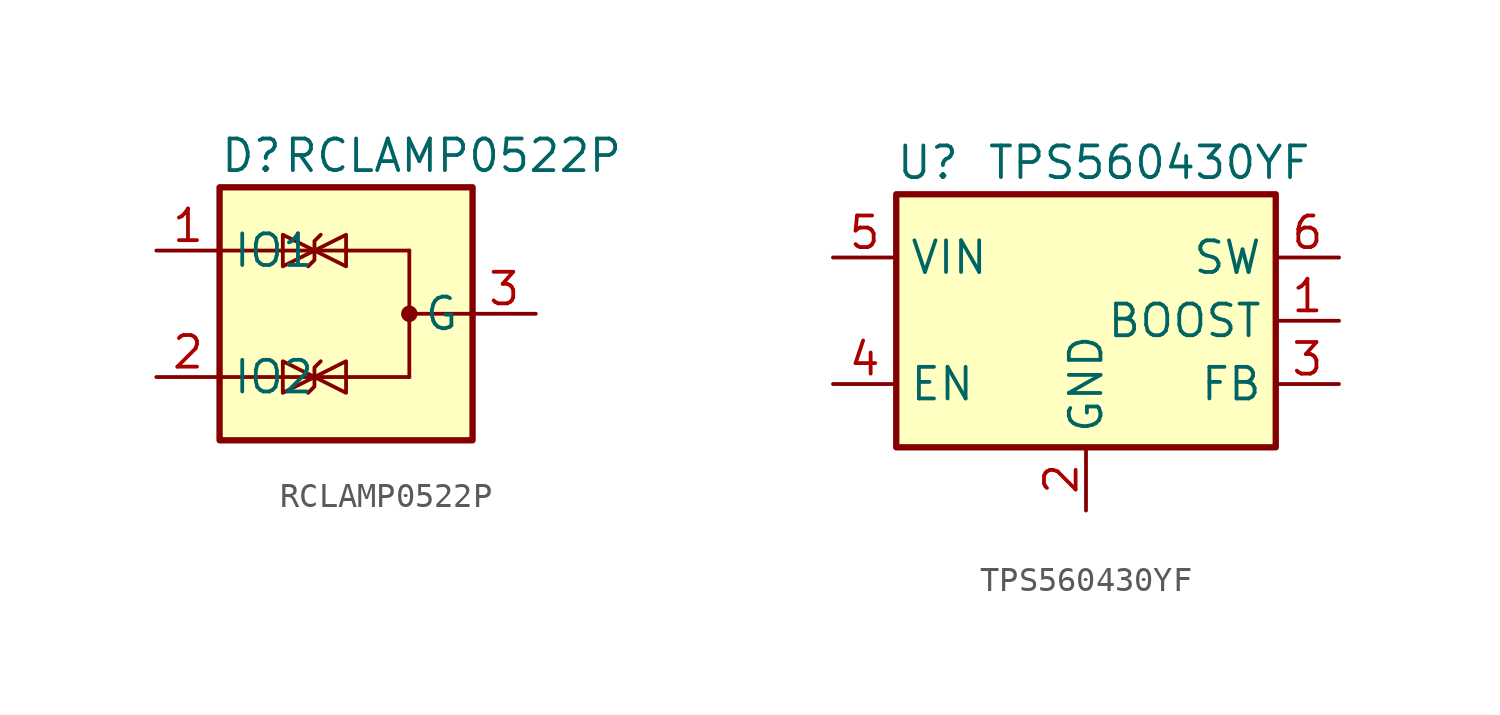
<source format=kicad_sym>
(kicad_symbol_lib
  (version 20231120)
  (generator "kicad_symbol_editor")
  (generator_version "8.0")
  (symbol "RCLAMP0522P"
    (property "Reference" "D"
      (at -5.08 6.35 0)
      (effects (font (size 1.27 1.27)) (justify left)))
    (property "Value" "RCLAMP0522P"
      (at -2.54 6.35 0)
      (effects (font (size 1.27 1.27)) (justify left)))
    (symbol "RCLAMP0522P_0_0"
      (pin passive line (at 7.62 0 180) (length 2.54) (name "G" (effects (font (size 1.27 1.27)))) (number "3" (effects (font (size 1.27 1.27))))))
    (symbol "RCLAMP0522P_0_1"
      (rectangle (start -5.08 5.08) (end 5.08 -5.08) (stroke (width 0.254) (type default)) (fill (type background)))
      (polyline (pts (xy -5.08 -2.54) (xy 2.54 -2.54)) (stroke (width 0) (type default)) (fill (type none)))
      (polyline (pts (xy -5.08 2.54) (xy 2.54 2.54)) (stroke (width 0) (type default)) (fill (type none)))
      (polyline (pts (xy 2.54 0) (xy 5.08 0)) (stroke (width 0) (type default)) (fill (type none)))
      (polyline (pts (xy 2.54 2.54) (xy 2.54 -2.54)) (stroke (width 0.152) (type default)) (fill (type none)))
      (polyline (pts (xy -1.27 -2.54) (xy 0 -3.175) (xy 0 -1.905) (xy -1.27 -2.54)) (stroke (width 0) (type default)) (fill (type none)))
      (polyline (pts (xy -1.27 2.54) (xy 0 1.905) (xy 0 3.175) (xy -1.27 2.54)) (stroke (width 0) (type default)) (fill (type none)))
      (circle (center 2.54 0) (radius 0.254) (stroke (width 0) (type default)) (fill (type outline))))
    (symbol "RCLAMP0522P_1_1"
      (polyline (pts (xy -1.524 -3.175) (xy -1.27 -2.921) (xy -1.27 -2.159) (xy -1.016 -1.905)) (stroke (width 0) (type default)) (fill (type none)))
      (polyline (pts (xy -1.524 1.905) (xy -1.27 2.159) (xy -1.27 2.921) (xy -1.016 3.175)) (stroke (width 0) (type default)) (fill (type none)))
      (polyline (pts (xy -1.27 -2.54) (xy -2.54 -3.175) (xy -2.54 -1.905) (xy -1.27 -2.54)) (stroke (width 0) (type default)) (fill (type none)))
      (polyline (pts (xy -1.27 2.54) (xy -2.54 1.905) (xy -2.54 3.175) (xy -1.27 2.54)) (stroke (width 0) (type default)) (fill (type none)))
      (pin passive line (at -7.62 2.54 0) (length 2.54) (name "IO1" (effects (font (size 1.27 1.27)))) (number "1" (effects (font (size 1.27 1.27)))))
      (pin passive line (at -7.62 -2.54 0) (length 2.54) (name "IO2" (effects (font (size 1.27 1.27)))) (number "2" (effects (font (size 1.27 1.27)))))
      (pin passive line (at 7.62 0 180) (length 2.54) hide (name "G" (effects (font (size 1.27 1.27)))) (number "4" (effects (font (size 1.27 1.27)))))
      (pin free line (at -7.62 -2.54 0) (length 2.54) hide (name "NC" (effects (font (size 1.27 1.27)))) (number "5" (effects (font (size 1.27 1.27)))))
      (pin free line (at -7.62 2.54 0) (length 2.54) hide (name "NC" (effects (font (size 1.27 1.27)))) (number "6" (effects (font (size 1.27 1.27)))))))
  (symbol "TPS560430YF"
    (property "Reference" "U"
      (at -6.35 6.35 0)
      (effects (font (size 1.27 1.27))))
    (property "Value" "TPS560430YF"
      (at 2.54 6.35 0)
      (effects (font (size 1.27 1.27))))
    (symbol "TPS560430YF_0_1"
      (rectangle (start -7.62 5.08) (end 7.62 -5.08) (stroke (width 0.254) (type default)) (fill (type background))))
    (symbol "TPS560430YF_1_1"
      (pin passive line (at 10.16 0 180) (length 2.54) (name "BOOST" (effects (font (size 1.27 1.27)))) (number "1" (effects (font (size 1.27 1.27)))))
      (pin power_in line (at 0 -7.62 90) (length 2.54) (name "GND" (effects (font (size 1.27 1.27)))) (number "2" (effects (font (size 1.27 1.27)))))
      (pin input line (at 10.16 -2.54 180) (length 2.54) (name "FB" (effects (font (size 1.27 1.27)))) (number "3" (effects (font (size 1.27 1.27)))))
      (pin input line (at -10.16 -2.54 0) (length 2.54) (name "EN" (effects (font (size 1.27 1.27)))) (number "4" (effects (font (size 1.27 1.27)))))
      (pin power_in line (at -10.16 2.54 0) (length 2.54) (name "VIN" (effects (font (size 1.27 1.27)))) (number "5" (effects (font (size 1.27 1.27)))))
      (pin power_out line (at 10.16 2.54 180) (length 2.54) (name "SW" (effects (font (size 1.27 1.27)))) (number "6" (effects (font (size 1.27 1.27))))))))
</source>
